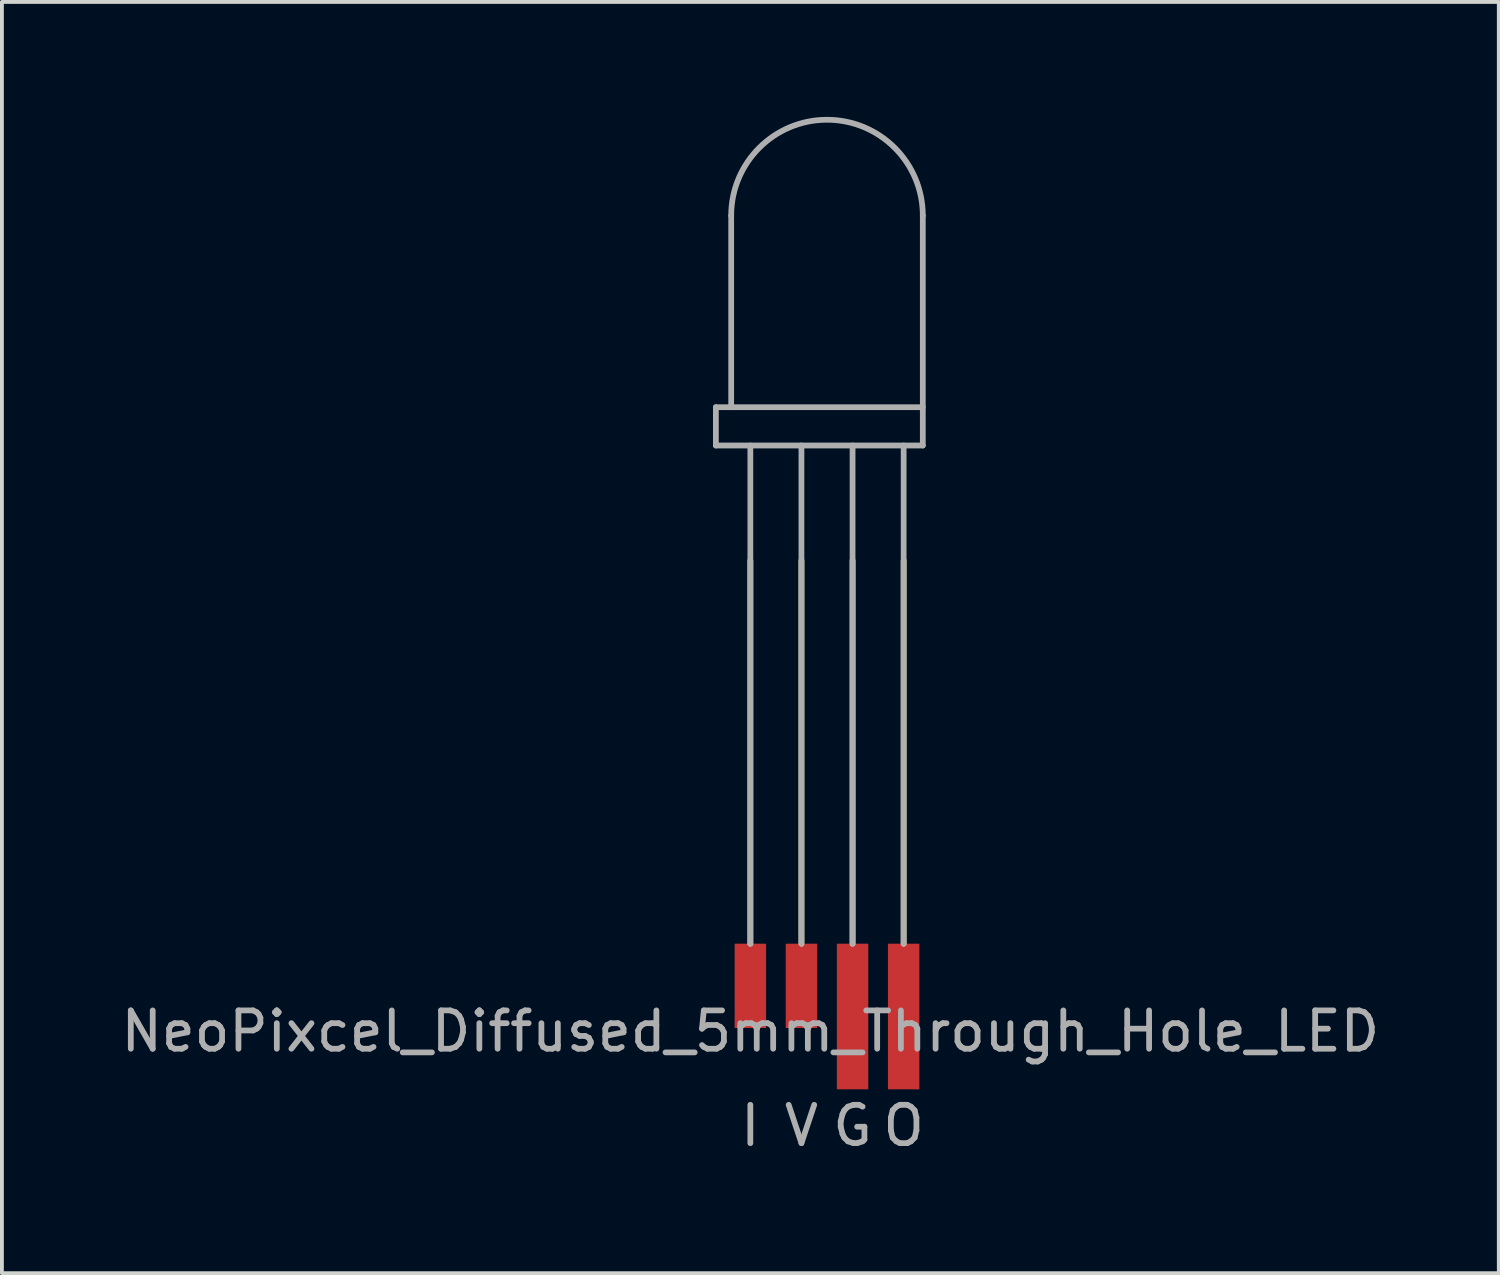
<source format=kicad_pcb>
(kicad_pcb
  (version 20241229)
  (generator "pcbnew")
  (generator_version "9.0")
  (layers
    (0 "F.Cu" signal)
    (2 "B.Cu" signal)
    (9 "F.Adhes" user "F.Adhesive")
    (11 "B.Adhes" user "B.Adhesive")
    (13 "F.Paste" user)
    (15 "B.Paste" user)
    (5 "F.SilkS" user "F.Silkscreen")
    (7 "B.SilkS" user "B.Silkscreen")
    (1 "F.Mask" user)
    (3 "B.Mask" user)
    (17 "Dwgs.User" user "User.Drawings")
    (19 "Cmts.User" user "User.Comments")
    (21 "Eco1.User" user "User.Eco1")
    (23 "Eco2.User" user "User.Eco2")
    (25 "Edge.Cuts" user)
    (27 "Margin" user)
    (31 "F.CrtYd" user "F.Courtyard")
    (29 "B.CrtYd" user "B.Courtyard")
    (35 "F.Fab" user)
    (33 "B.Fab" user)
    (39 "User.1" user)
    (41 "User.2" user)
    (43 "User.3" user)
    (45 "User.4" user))
  (footprint "NeoPixcel_Diffused_5mm_Through_Hole_LED"
    (layer "F.Cu")
    (at 16.53 21.575)
    (property "Reference" "NeoPixcel_Diffused_5mm_Through_Hole_LED" (at 0 2.286 0) (layer "F.Fab") (effects (font (size 1 1) (thickness 0.15))))
    (attr through_hole)
    (fp_line (start 0 0) (end 0 -10) (stroke (width 0.15) (type solid)) (layer "F.SilkS"))
    (fp_line (start 1.333 0) (end 1.333 -10) (stroke (width 0.15) (type solid)) (layer "F.SilkS"))
    (fp_line (start 2.667 0) (end 2.667 -10) (stroke (width 0.15) (type solid)) (layer "F.SilkS"))
    (fp_line (start 4 0) (end 4 -10) (stroke (width 0.15) (type solid)) (layer "F.SilkS"))
    (fp_line (start -0.9 -14) (end -0.9 -13) (stroke (width 0.15) (type solid)) (layer "F.Fab"))
    (fp_line (start -0.9 -13) (end 4.5 -13) (stroke (width 0.15) (type solid)) (layer "F.Fab"))
    (fp_line (start -0.5 -19) (end -0.5 -14) (stroke (width 0.15) (type solid)) (layer "F.Fab"))
    (fp_line (start 0 0) (end 0 -13) (stroke (width 0.15) (type solid)) (layer "F.Fab"))
    (fp_line (start 1.333 0) (end 1.333 -13) (stroke (width 0.15) (type solid)) (layer "F.Fab"))
    (fp_line (start 2.667 0) (end 2.667 -13) (stroke (width 0.15) (type solid)) (layer "F.Fab"))
    (fp_line (start 4 0) (end 4 -13) (stroke (width 0.15) (type solid)) (layer "F.Fab"))
    (fp_line (start 4.5 -14) (end -0.9 -14) (stroke (width 0.15) (type solid)) (layer "F.Fab"))
    (fp_line (start 4.5 -13) (end 4.5 -19) (stroke (width 0.15) (type solid)) (layer "F.Fab"))
    (fp_arc (start -0.5 -19) (mid 2 -21.5) (end 4.5 -19) (stroke (width 0.15) (type solid)) (layer "F.Fab"))
    (fp_text user "G" (at 2.667 4.75 0) (layer "F.Fab") (effects (font (size 1 1) (thickness 0.15))))
    (fp_text user "I" (at 0 4.75 0) (layer "F.Fab") (effects (font (size 1 1) (thickness 0.15))))
    (fp_text user "O" (at 4 4.75 0) (layer "F.Fab") (effects (font (size 1 1) (thickness 0.15))))
    (fp_text user "V" (at 1.333 4.75 0) (layer "F.Fab") (effects (font (size 1 1) (thickness 0.15))))
    (pad "1" smd rect (at 1.333 1.1 90) (size 2.2 0.82) (layers "F.Cu" "F.Mask" "F.Paste"))
    (pad "2" smd rect (at 4 1.9 90) (size 3.8 0.82) (layers "F.Cu" "F.Mask" "F.Paste"))
    (pad "3" smd rect (at 2.667 1.9 90) (size 3.8 0.82) (layers "F.Cu" "F.Mask" "F.Paste"))
    (pad "4" smd rect (at 0 1.1 90) (size 2.2 0.82) (layers "F.Cu" "F.Mask" "F.Paste")))
  (gr_rect
    (start -3 -3)
    (end 36.06 30.173)
    (stroke (width 0.1) (type default))
    (fill no)
    (layer "Edge.Cuts")))
</source>
